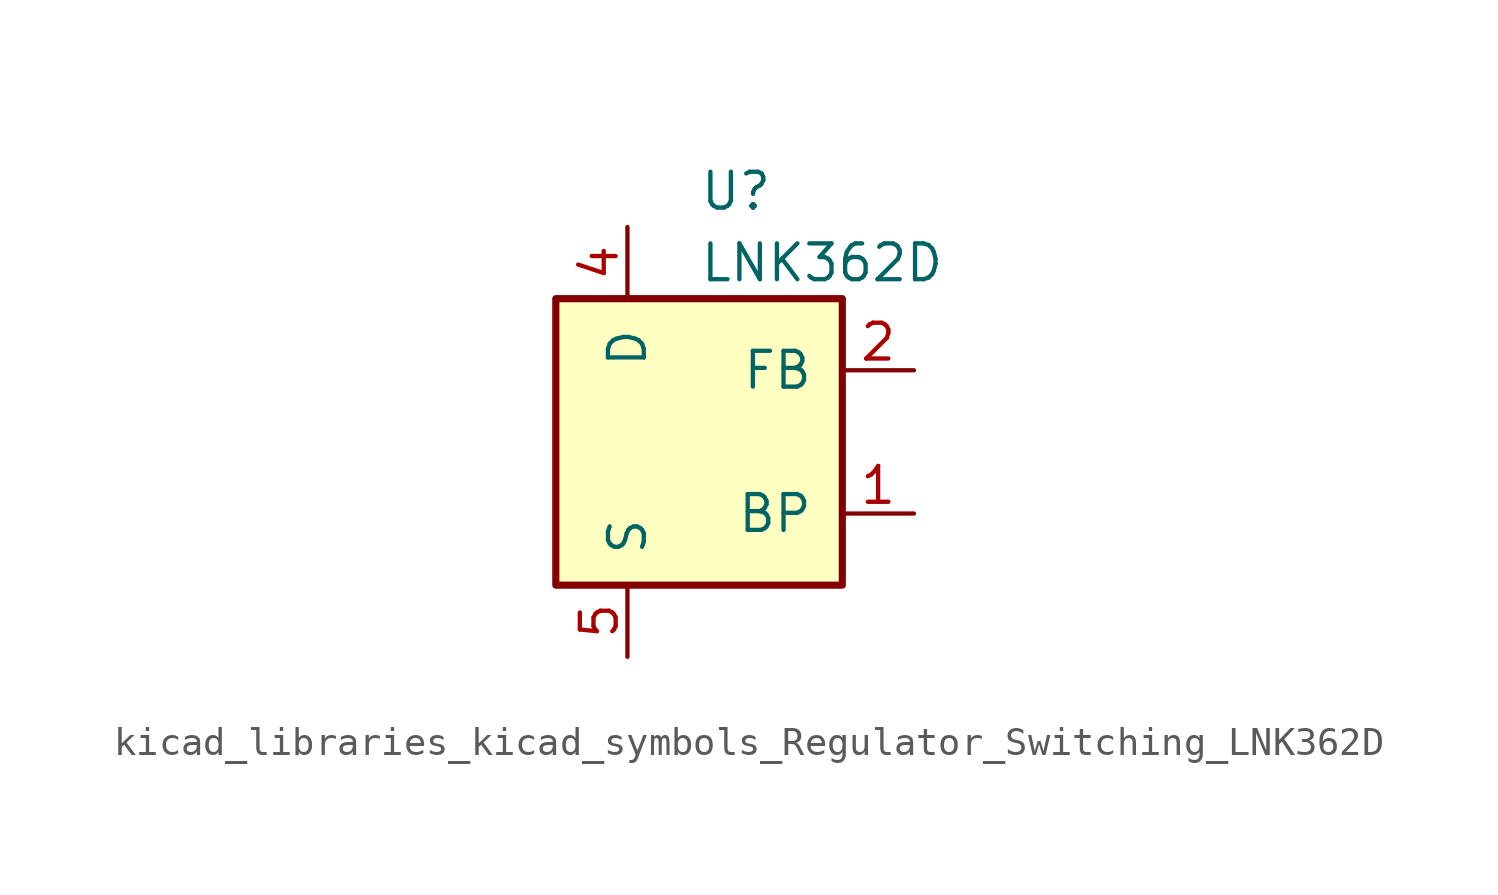
<source format=kicad_sym>
(kicad_symbol_lib
  (version 20220914)
  (generator kicad_symbol_editor)
  (symbol "kicad_libraries_kicad_symbols_Regulator_Switching_LNK362D"
    (pin_names
      (offset 1.016))
    (property "Reference" "U"
      (at 0 8.89 0)
      (effects (font (size 1.27 1.27)) (justify left)))
    (property "Value" "LNK362D"
      (at 0 6.35 0)
      (effects (font (size 1.27 1.27)) (justify left)))
    (symbol "kicad_libraries_kicad_symbols_Regulator_Switching_LNK362D_0_1"
      (rectangle (start -5.08 5.08) (end 5.08 -5.08) (stroke (width 0.254) (type default)) (fill (type background))))
    (symbol "kicad_libraries_kicad_symbols_Regulator_Switching_LNK362D_1_1"
      (pin input line (at 7.62 -2.54 180) (length 2.54) (name "BP" (effects (font (size 1.27 1.27)))) (number "1" (effects (font (size 1.27 1.27)))))
      (pin input line (at 7.62 2.54 180) (length 2.54) (name "FB" (effects (font (size 1.27 1.27)))) (number "2" (effects (font (size 1.27 1.27)))))
      (pin open_collector line (at -2.54 7.62 270) (length 2.54) (name "D" (effects (font (size 1.27 1.27)))) (number "4" (effects (font (size 1.27 1.27)))))
      (pin power_in line (at -2.54 -7.62 90) (length 2.54) (name "S" (effects (font (size 1.27 1.27)))) (number "5" (effects (font (size 1.27 1.27)))))
      (pin passive line (at -2.54 -7.62 90) (length 2.54) hide (name "S" (effects (font (size 1.27 1.27)))) (number "6" (effects (font (size 1.27 1.27)))))
      (pin passive line (at -2.54 -7.62 90) (length 2.54) hide (name "S" (effects (font (size 1.27 1.27)))) (number "7" (effects (font (size 1.27 1.27)))))
      (pin passive line (at -2.54 -7.62 90) (length 2.54) hide (name "S" (effects (font (size 1.27 1.27)))) (number "8" (effects (font (size 1.27 1.27))))))))
</source>
